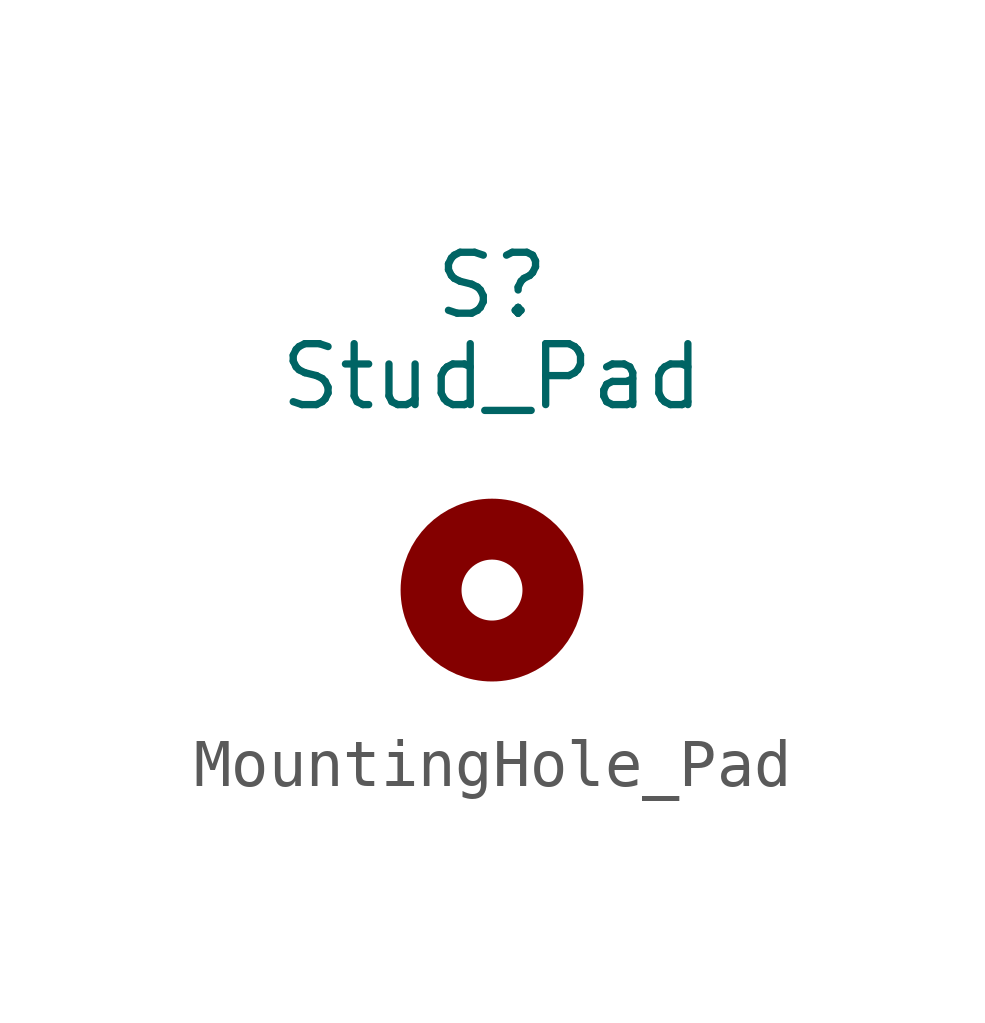
<source format=kicad_sym>
(kicad_symbol_lib
  (version 20220914)
  (generator kicad_symbol_editor)
  (symbol "MountingHole_Pad"
    (pin_numbers hide)
    (pin_names
      (offset 1.016) hide)
    (property "Reference" "S"
      (at 0 6.35 0)
      (effects (font (size 1.27 1.27))))
    (property "Value" "Stud_Pad"
      (at 0 4.445 0)
      (effects (font (size 1.27 1.27))))
    (symbol "MountingHole_Pad_1_1"
      (circle (center 0 0) (radius 1.27) (stroke (width 1.27) (type default)) (fill (type none))))))
</source>
